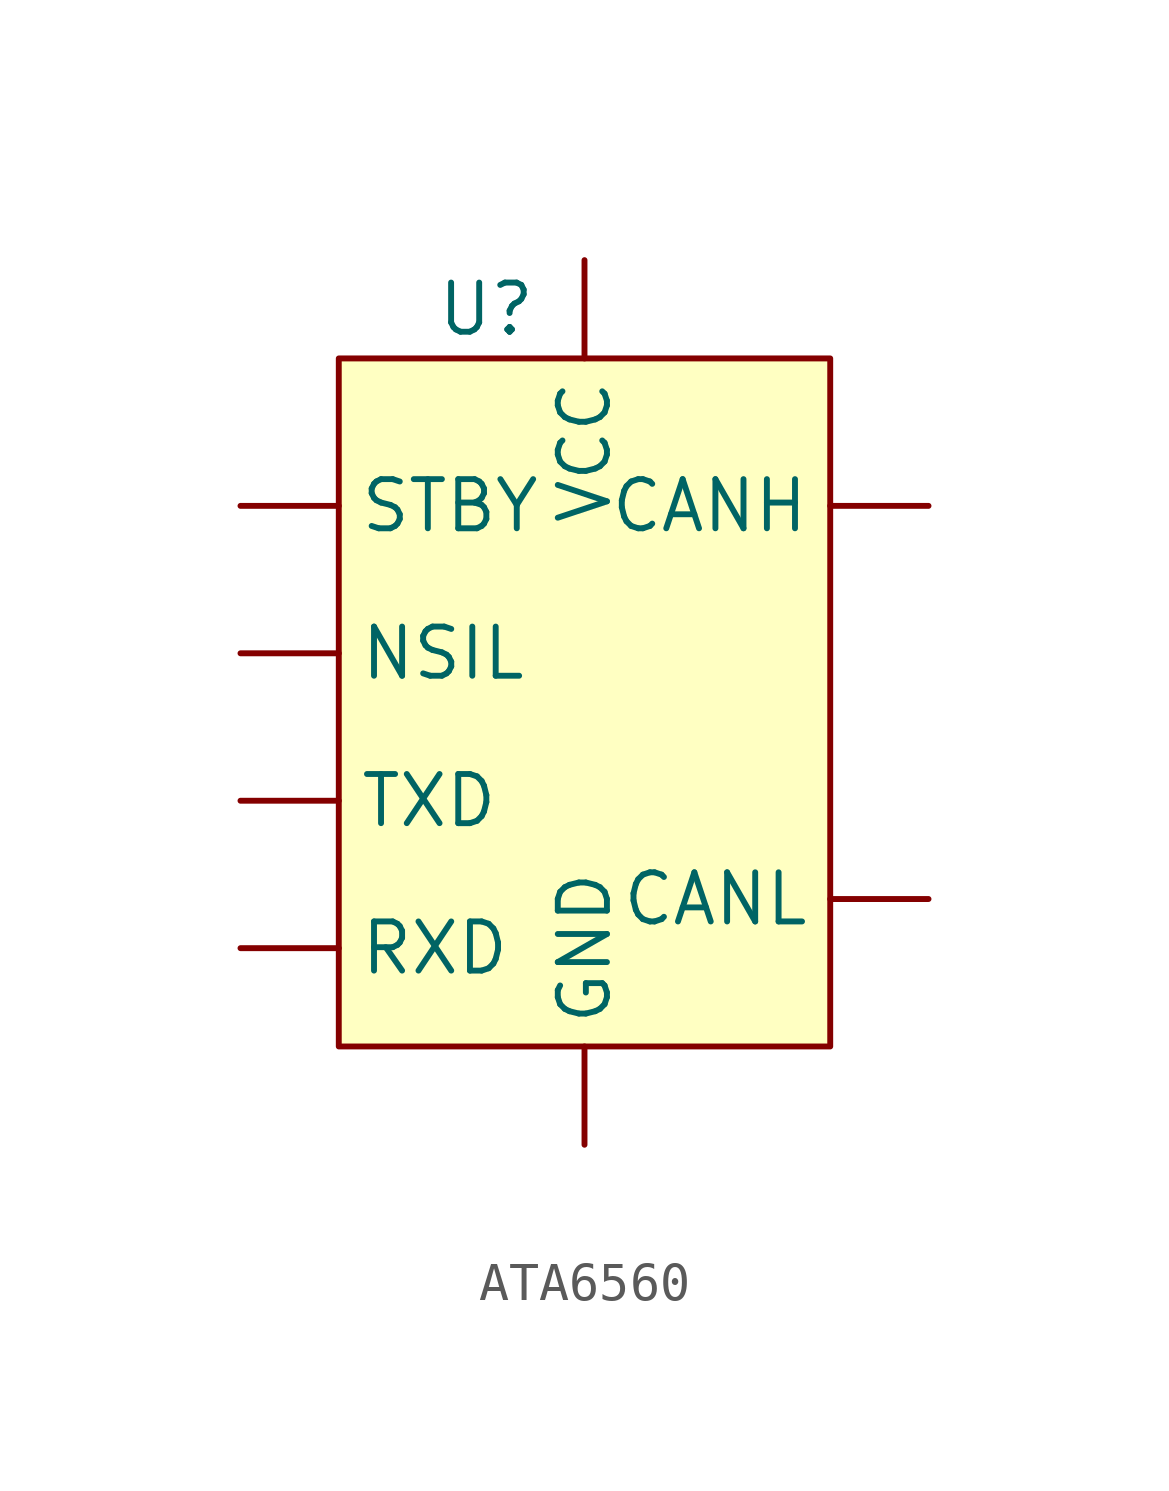
<source format=kicad_sym>
(kicad_symbol_lib
  (version 20220914)
  (generator kicad_symbol_editor)
  (symbol "ATA6560"
    (property "Reference" "U"
      (at -2.54 10.16 0)
      (effects (font (size 1.27 1.27))))
    (property "Value" ""
      (at 0 0 0)
      (effects (font (size 1.27 1.27))))
    (symbol "ATA6560_1_1"
      (rectangle (start -6.35 8.89) (end 6.35 -8.89) (stroke (width 0) (type default)) (fill (type background)))
      (pin bidirectional line (at 8.89 5.08 180) (length 2.54) (name "CANH" (effects (font (size 1.27 1.27)))) (number "" (effects (font (size 1.27 1.27)))))
      (pin bidirectional line (at 8.89 -5.08 180) (length 2.54) (name "CANL" (effects (font (size 1.27 1.27)))) (number "" (effects (font (size 1.27 1.27)))))
      (pin power_in line (at 0 -11.43 90) (length 2.54) (name "GND" (effects (font (size 1.27 1.27)))) (number "" (effects (font (size 1.27 1.27)))))
      (pin input line (at -8.89 1.27 0) (length 2.54) (name "NSIL" (effects (font (size 1.27 1.27)))) (number "" (effects (font (size 1.27 1.27)))))
      (pin output line (at -8.89 -6.35 0) (length 2.54) (name "RXD" (effects (font (size 1.27 1.27)))) (number "" (effects (font (size 1.27 1.27)))))
      (pin input line (at -8.89 5.08 0) (length 2.54) (name "STBY" (effects (font (size 1.27 1.27)))) (number "" (effects (font (size 1.27 1.27)))))
      (pin input line (at -8.89 -2.54 0) (length 2.54) (name "TXD" (effects (font (size 1.27 1.27)))) (number "" (effects (font (size 1.27 1.27)))))
      (pin power_in line (at 0 11.43 270) (length 2.54) (name "VCC" (effects (font (size 1.27 1.27)))) (number "" (effects (font (size 1.27 1.27))))))))
</source>
